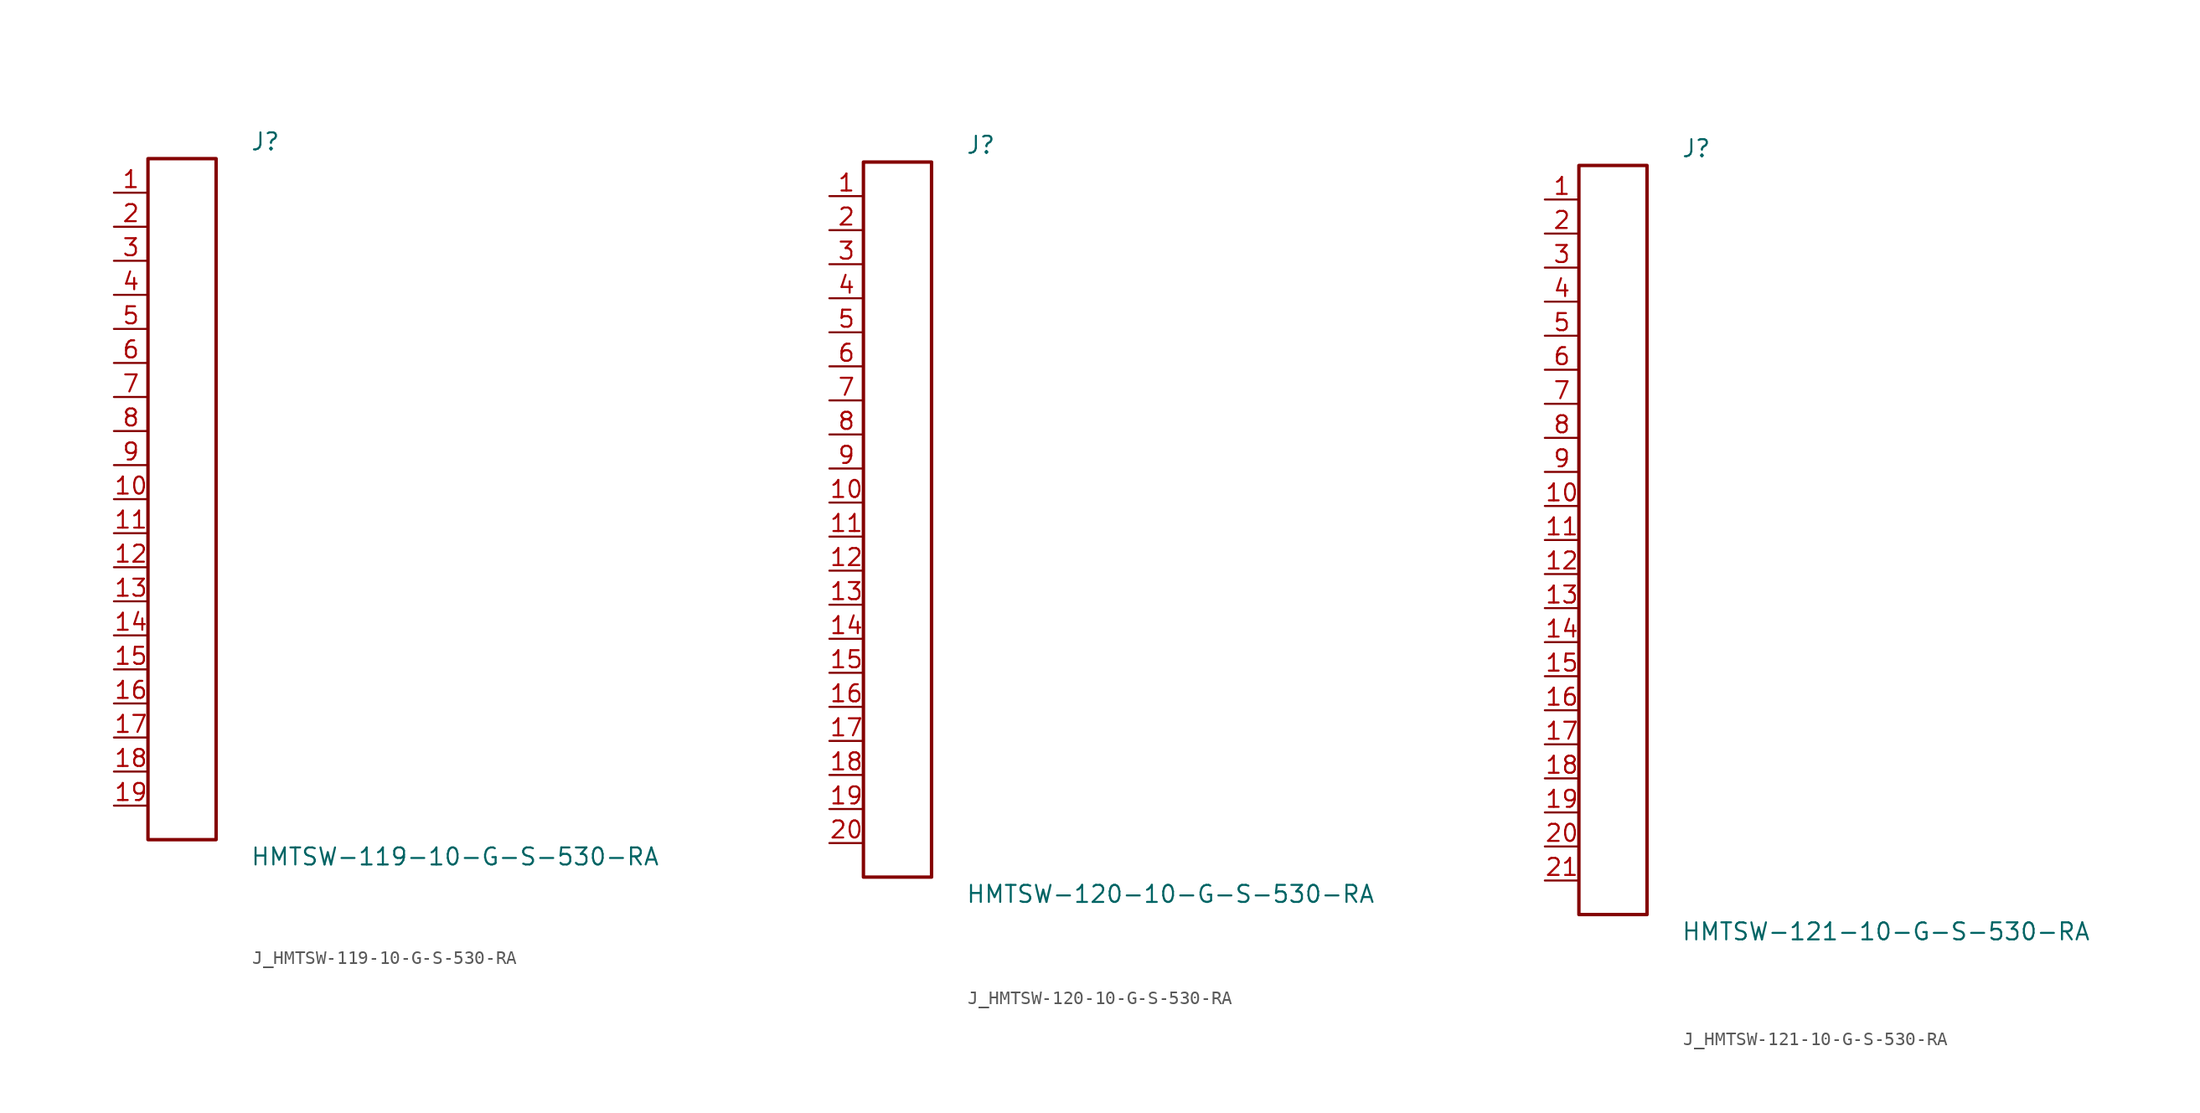
<source format=kicad_sym>
(kicad_symbol_lib
  (version 20231120)
  (generator kicad_symbol_editor)
  (generator_version 8.0)
  (symbol "J_HMTSW-119-10-G-S-530-RA"
    (pin_names
      (offset 0.254))
    (property "Reference" "J"
      (at 5.08 26.67 0)
      (effects (font (size 1.27 1.27)) (justify left)))
    (property "Value" "HMTSW-119-10-G-S-530-RA"
      (at 5.08 -26.67 0)
      (effects (font (size 1.27 1.27)) (justify left)))
    (symbol "J_HMTSW-119-10-G-S-530-RA_0_0"
      (pin unspecified line (at -5.08 22.86 0) (length 2.54) (name "" (effects (font (size 1.27 1.27)))) (number "1" (effects (font (size 1.27 1.27)))))
      (pin unspecified line (at -5.08 20.32 0) (length 2.54) (name "" (effects (font (size 1.27 1.27)))) (number "2" (effects (font (size 1.27 1.27)))))
      (pin unspecified line (at -5.08 17.78 0) (length 2.54) (name "" (effects (font (size 1.27 1.27)))) (number "3" (effects (font (size 1.27 1.27)))))
      (pin unspecified line (at -5.08 15.24 0) (length 2.54) (name "" (effects (font (size 1.27 1.27)))) (number "4" (effects (font (size 1.27 1.27)))))
      (pin unspecified line (at -5.08 12.7 0) (length 2.54) (name "" (effects (font (size 1.27 1.27)))) (number "5" (effects (font (size 1.27 1.27)))))
      (pin unspecified line (at -5.08 10.16 0) (length 2.54) (name "" (effects (font (size 1.27 1.27)))) (number "6" (effects (font (size 1.27 1.27)))))
      (pin unspecified line (at -5.08 7.62 0) (length 2.54) (name "" (effects (font (size 1.27 1.27)))) (number "7" (effects (font (size 1.27 1.27)))))
      (pin unspecified line (at -5.08 5.08 0) (length 2.54) (name "" (effects (font (size 1.27 1.27)))) (number "8" (effects (font (size 1.27 1.27)))))
      (pin unspecified line (at -5.08 2.54 0) (length 2.54) (name "" (effects (font (size 1.27 1.27)))) (number "9" (effects (font (size 1.27 1.27)))))
      (pin unspecified line (at -5.08 0.0 0) (length 2.54) (name "" (effects (font (size 1.27 1.27)))) (number "10" (effects (font (size 1.27 1.27)))))
      (pin unspecified line (at -5.08 -2.54 0) (length 2.54) (name "" (effects (font (size 1.27 1.27)))) (number "11" (effects (font (size 1.27 1.27)))))
      (pin unspecified line (at -5.08 -5.08 0) (length 2.54) (name "" (effects (font (size 1.27 1.27)))) (number "12" (effects (font (size 1.27 1.27)))))
      (pin unspecified line (at -5.08 -7.62 0) (length 2.54) (name "" (effects (font (size 1.27 1.27)))) (number "13" (effects (font (size 1.27 1.27)))))
      (pin unspecified line (at -5.08 -10.16 0) (length 2.54) (name "" (effects (font (size 1.27 1.27)))) (number "14" (effects (font (size 1.27 1.27)))))
      (pin unspecified line (at -5.08 -12.7 0) (length 2.54) (name "" (effects (font (size 1.27 1.27)))) (number "15" (effects (font (size 1.27 1.27)))))
      (pin unspecified line (at -5.08 -15.24 0) (length 2.54) (name "" (effects (font (size 1.27 1.27)))) (number "16" (effects (font (size 1.27 1.27)))))
      (pin unspecified line (at -5.08 -17.78 0) (length 2.54) (name "" (effects (font (size 1.27 1.27)))) (number "17" (effects (font (size 1.27 1.27)))))
      (pin unspecified line (at -5.08 -20.32 0) (length 2.54) (name "" (effects (font (size 1.27 1.27)))) (number "18" (effects (font (size 1.27 1.27)))))
      (pin unspecified line (at -5.08 -22.86 0) (length 2.54) (name "" (effects (font (size 1.27 1.27)))) (number "19" (effects (font (size 1.27 1.27))))))
    (symbol "J_HMTSW-119-10-G-S-530-RA_1_0"
      (rectangle (start -2.54 25.4) (end 2.54 -25.4) (stroke (width 0.254) (type solid)) (fill (type none)))))
  (symbol "J_HMTSW-120-10-G-S-530-RA"
    (pin_names
      (offset 0.254))
    (property "Reference" "J"
      (at 5.08 27.94 0)
      (effects (font (size 1.27 1.27)) (justify left)))
    (property "Value" "HMTSW-120-10-G-S-530-RA"
      (at 5.08 -27.94 0)
      (effects (font (size 1.27 1.27)) (justify left)))
    (symbol "J_HMTSW-120-10-G-S-530-RA_0_0"
      (pin unspecified line (at -5.08 24.13 0) (length 2.54) (name "" (effects (font (size 1.27 1.27)))) (number "1" (effects (font (size 1.27 1.27)))))
      (pin unspecified line (at -5.08 21.59 0) (length 2.54) (name "" (effects (font (size 1.27 1.27)))) (number "2" (effects (font (size 1.27 1.27)))))
      (pin unspecified line (at -5.08 19.05 0) (length 2.54) (name "" (effects (font (size 1.27 1.27)))) (number "3" (effects (font (size 1.27 1.27)))))
      (pin unspecified line (at -5.08 16.51 0) (length 2.54) (name "" (effects (font (size 1.27 1.27)))) (number "4" (effects (font (size 1.27 1.27)))))
      (pin unspecified line (at -5.08 13.97 0) (length 2.54) (name "" (effects (font (size 1.27 1.27)))) (number "5" (effects (font (size 1.27 1.27)))))
      (pin unspecified line (at -5.08 11.43 0) (length 2.54) (name "" (effects (font (size 1.27 1.27)))) (number "6" (effects (font (size 1.27 1.27)))))
      (pin unspecified line (at -5.08 8.89 0) (length 2.54) (name "" (effects (font (size 1.27 1.27)))) (number "7" (effects (font (size 1.27 1.27)))))
      (pin unspecified line (at -5.08 6.35 0) (length 2.54) (name "" (effects (font (size 1.27 1.27)))) (number "8" (effects (font (size 1.27 1.27)))))
      (pin unspecified line (at -5.08 3.81 0) (length 2.54) (name "" (effects (font (size 1.27 1.27)))) (number "9" (effects (font (size 1.27 1.27)))))
      (pin unspecified line (at -5.08 1.27 0) (length 2.54) (name "" (effects (font (size 1.27 1.27)))) (number "10" (effects (font (size 1.27 1.27)))))
      (pin unspecified line (at -5.08 -1.27 0) (length 2.54) (name "" (effects (font (size 1.27 1.27)))) (number "11" (effects (font (size 1.27 1.27)))))
      (pin unspecified line (at -5.08 -3.81 0) (length 2.54) (name "" (effects (font (size 1.27 1.27)))) (number "12" (effects (font (size 1.27 1.27)))))
      (pin unspecified line (at -5.08 -6.35 0) (length 2.54) (name "" (effects (font (size 1.27 1.27)))) (number "13" (effects (font (size 1.27 1.27)))))
      (pin unspecified line (at -5.08 -8.89 0) (length 2.54) (name "" (effects (font (size 1.27 1.27)))) (number "14" (effects (font (size 1.27 1.27)))))
      (pin unspecified line (at -5.08 -11.43 0) (length 2.54) (name "" (effects (font (size 1.27 1.27)))) (number "15" (effects (font (size 1.27 1.27)))))
      (pin unspecified line (at -5.08 -13.97 0) (length 2.54) (name "" (effects (font (size 1.27 1.27)))) (number "16" (effects (font (size 1.27 1.27)))))
      (pin unspecified line (at -5.08 -16.51 0) (length 2.54) (name "" (effects (font (size 1.27 1.27)))) (number "17" (effects (font (size 1.27 1.27)))))
      (pin unspecified line (at -5.08 -19.05 0) (length 2.54) (name "" (effects (font (size 1.27 1.27)))) (number "18" (effects (font (size 1.27 1.27)))))
      (pin unspecified line (at -5.08 -21.59 0) (length 2.54) (name "" (effects (font (size 1.27 1.27)))) (number "19" (effects (font (size 1.27 1.27)))))
      (pin unspecified line (at -5.08 -24.13 0) (length 2.54) (name "" (effects (font (size 1.27 1.27)))) (number "20" (effects (font (size 1.27 1.27))))))
    (symbol "J_HMTSW-120-10-G-S-530-RA_1_0"
      (rectangle (start -2.54 26.67) (end 2.54 -26.67) (stroke (width 0.254) (type solid)) (fill (type none)))))
  (symbol "J_HMTSW-121-10-G-S-530-RA"
    (pin_names
      (offset 0.254))
    (property "Reference" "J"
      (at 5.08 29.21 0)
      (effects (font (size 1.27 1.27)) (justify left)))
    (property "Value" "HMTSW-121-10-G-S-530-RA"
      (at 5.08 -29.21 0)
      (effects (font (size 1.27 1.27)) (justify left)))
    (symbol "J_HMTSW-121-10-G-S-530-RA_0_0"
      (pin unspecified line (at -5.08 25.4 0) (length 2.54) (name "" (effects (font (size 1.27 1.27)))) (number "1" (effects (font (size 1.27 1.27)))))
      (pin unspecified line (at -5.08 22.86 0) (length 2.54) (name "" (effects (font (size 1.27 1.27)))) (number "2" (effects (font (size 1.27 1.27)))))
      (pin unspecified line (at -5.08 20.32 0) (length 2.54) (name "" (effects (font (size 1.27 1.27)))) (number "3" (effects (font (size 1.27 1.27)))))
      (pin unspecified line (at -5.08 17.78 0) (length 2.54) (name "" (effects (font (size 1.27 1.27)))) (number "4" (effects (font (size 1.27 1.27)))))
      (pin unspecified line (at -5.08 15.24 0) (length 2.54) (name "" (effects (font (size 1.27 1.27)))) (number "5" (effects (font (size 1.27 1.27)))))
      (pin unspecified line (at -5.08 12.7 0) (length 2.54) (name "" (effects (font (size 1.27 1.27)))) (number "6" (effects (font (size 1.27 1.27)))))
      (pin unspecified line (at -5.08 10.16 0) (length 2.54) (name "" (effects (font (size 1.27 1.27)))) (number "7" (effects (font (size 1.27 1.27)))))
      (pin unspecified line (at -5.08 7.62 0) (length 2.54) (name "" (effects (font (size 1.27 1.27)))) (number "8" (effects (font (size 1.27 1.27)))))
      (pin unspecified line (at -5.08 5.08 0) (length 2.54) (name "" (effects (font (size 1.27 1.27)))) (number "9" (effects (font (size 1.27 1.27)))))
      (pin unspecified line (at -5.08 2.54 0) (length 2.54) (name "" (effects (font (size 1.27 1.27)))) (number "10" (effects (font (size 1.27 1.27)))))
      (pin unspecified line (at -5.08 0.0 0) (length 2.54) (name "" (effects (font (size 1.27 1.27)))) (number "11" (effects (font (size 1.27 1.27)))))
      (pin unspecified line (at -5.08 -2.54 0) (length 2.54) (name "" (effects (font (size 1.27 1.27)))) (number "12" (effects (font (size 1.27 1.27)))))
      (pin unspecified line (at -5.08 -5.08 0) (length 2.54) (name "" (effects (font (size 1.27 1.27)))) (number "13" (effects (font (size 1.27 1.27)))))
      (pin unspecified line (at -5.08 -7.62 0) (length 2.54) (name "" (effects (font (size 1.27 1.27)))) (number "14" (effects (font (size 1.27 1.27)))))
      (pin unspecified line (at -5.08 -10.16 0) (length 2.54) (name "" (effects (font (size 1.27 1.27)))) (number "15" (effects (font (size 1.27 1.27)))))
      (pin unspecified line (at -5.08 -12.7 0) (length 2.54) (name "" (effects (font (size 1.27 1.27)))) (number "16" (effects (font (size 1.27 1.27)))))
      (pin unspecified line (at -5.08 -15.24 0) (length 2.54) (name "" (effects (font (size 1.27 1.27)))) (number "17" (effects (font (size 1.27 1.27)))))
      (pin unspecified line (at -5.08 -17.78 0) (length 2.54) (name "" (effects (font (size 1.27 1.27)))) (number "18" (effects (font (size 1.27 1.27)))))
      (pin unspecified line (at -5.08 -20.32 0) (length 2.54) (name "" (effects (font (size 1.27 1.27)))) (number "19" (effects (font (size 1.27 1.27)))))
      (pin unspecified line (at -5.08 -22.86 0) (length 2.54) (name "" (effects (font (size 1.27 1.27)))) (number "20" (effects (font (size 1.27 1.27)))))
      (pin unspecified line (at -5.08 -25.4 0) (length 2.54) (name "" (effects (font (size 1.27 1.27)))) (number "21" (effects (font (size 1.27 1.27))))))
    (symbol "J_HMTSW-121-10-G-S-530-RA_1_0"
      (rectangle (start -2.54 27.94) (end 2.54 -27.94) (stroke (width 0.254) (type solid)) (fill (type none))))))
</source>
